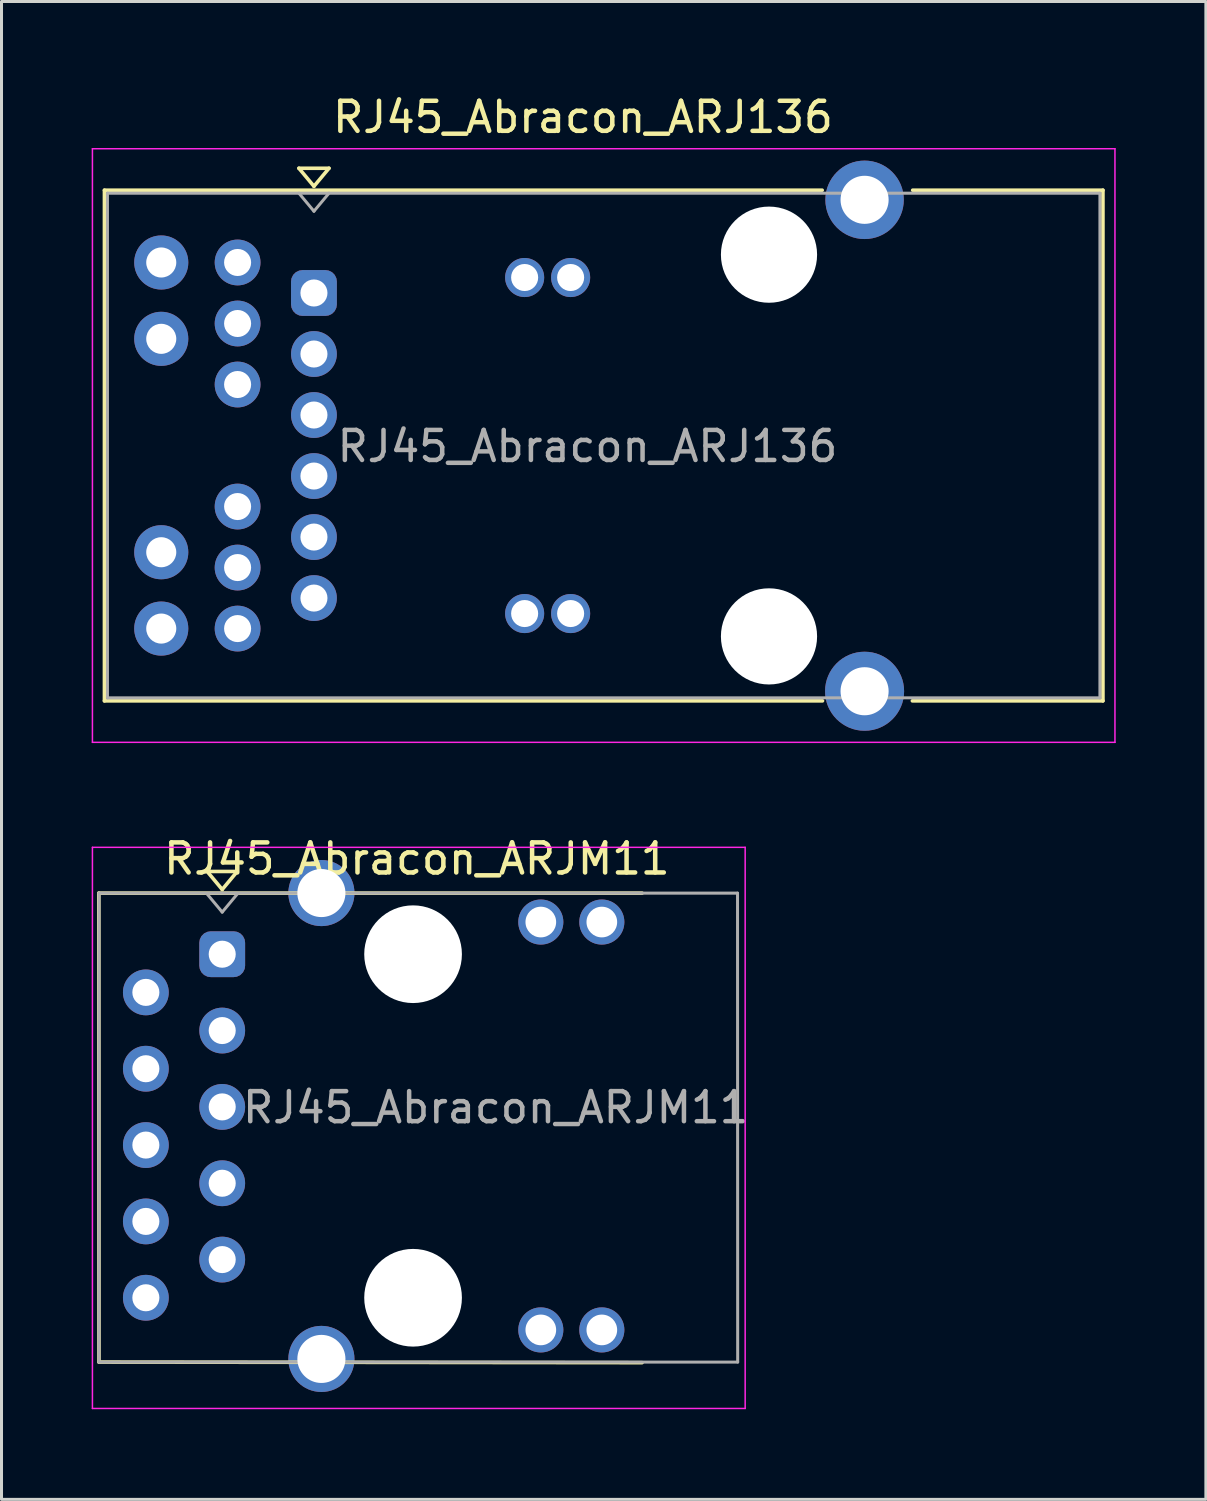
<source format=kicad_pcb>
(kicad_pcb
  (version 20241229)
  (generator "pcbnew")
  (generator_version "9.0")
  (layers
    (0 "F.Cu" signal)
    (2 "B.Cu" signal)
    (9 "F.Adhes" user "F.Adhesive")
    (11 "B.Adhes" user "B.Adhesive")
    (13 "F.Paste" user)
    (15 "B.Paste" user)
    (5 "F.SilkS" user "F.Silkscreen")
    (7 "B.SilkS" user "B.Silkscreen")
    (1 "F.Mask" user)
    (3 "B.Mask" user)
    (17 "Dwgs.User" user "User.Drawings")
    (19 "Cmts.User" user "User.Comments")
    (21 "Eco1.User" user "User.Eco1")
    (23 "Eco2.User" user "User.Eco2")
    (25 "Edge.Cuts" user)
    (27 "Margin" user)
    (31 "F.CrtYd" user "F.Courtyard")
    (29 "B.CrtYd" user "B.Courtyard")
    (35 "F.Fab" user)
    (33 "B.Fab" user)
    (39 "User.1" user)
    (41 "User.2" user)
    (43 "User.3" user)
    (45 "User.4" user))
  (footprint "RJ45_Abracon_ARJM11"
    (layer "F.Cu")
    (at 4.343 28.697)
    (property "Reference" "RJ45_Abracon_ARJM11" (at 6.477 -3.175 180) (layer "F.SilkS") (effects (font (size 1 1) (thickness 0.15))))
    (attr through_hole)
    (fp_line (start -4.105 -2.032) (end 13.97 -2.032) (stroke (width 0.12) (type solid)) (layer "F.SilkS"))
    (fp_line (start -4.1 13.57) (end -4.105 -2.032) (stroke (width 0.12) (type solid)) (layer "F.SilkS"))
    (fp_line (start -0.5 -2.753) (end 0 -2.153) (stroke (width 0.12) (type solid)) (layer "F.SilkS"))
    (fp_line (start -0.5 -2.753) (end 0.5 -2.753) (stroke (width 0.12) (type solid)) (layer "F.SilkS"))
    (fp_line (start 0.5 -2.753) (end 0 -2.153) (stroke (width 0.12) (type solid)) (layer "F.SilkS"))
    (fp_line (start 13.97 13.589) (end -4.1 13.57) (stroke (width 0.12) (type solid)) (layer "F.SilkS"))
    (fp_line (start -4.318 -3.556) (end 17.399 -3.556) (stroke (width 0.05) (type solid)) (layer "F.CrtYd"))
    (fp_line (start -4.318 15.113) (end -4.318 -3.556) (stroke (width 0.05) (type solid)) (layer "F.CrtYd"))
    (fp_line (start -4.318 15.113) (end 17.399 15.113) (stroke (width 0.05) (type solid)) (layer "F.CrtYd"))
    (fp_line (start 17.399 15.113) (end 17.399 -3.556) (stroke (width 0.05) (type solid)) (layer "F.CrtYd"))
    (fp_line (start -4.1 -2.032) (end 17.145 -2.032) (stroke (width 0.1) (type solid)) (layer "F.Fab"))
    (fp_line (start -4.1 13.57) (end -4.1 -2.032) (stroke (width 0.1) (type solid)) (layer "F.Fab"))
    (fp_line (start -4.1 13.57) (end 17.15 13.57) (stroke (width 0.1) (type solid)) (layer "F.Fab"))
    (fp_line (start -0.5 -2) (end 0 -1.4) (stroke (width 0.1) (type solid)) (layer "F.Fab"))
    (fp_line (start 0 -1.4) (end 0.5 -2) (stroke (width 0.1) (type solid)) (layer "F.Fab"))
    (fp_line (start 17.15 13.57) (end 17.145 -2.032) (stroke (width 0.1) (type solid)) (layer "F.Fab"))
    (fp_text user "${REFERENCE}" (at 9.1 5.1 180) (layer "F.Fab") (effects (font (size 1 1) (thickness 0.15))))
    (pad "" np_thru_hole circle (at 6.35 0 180) (size 3.25 3.25) (drill 3.25) (layers "*.Cu" "*.Mask"))
    (pad "" np_thru_hole circle (at 6.35 11.43 180) (size 3.25 3.25) (drill 3.25) (layers "*.Cu" "*.Mask"))
    (pad "1" thru_hole roundrect (at 0 0 180) (size 1.524 1.524) (drill 0.9) (layers "*.Cu" "*.Mask") (roundrect_rratio 0.25))
    (pad "2" thru_hole circle (at -2.54 1.27 180) (size 1.524 1.524) (drill 0.9) (layers "*.Cu" "*.Mask"))
    (pad "3" thru_hole circle (at 0 2.54 180) (size 1.524 1.524) (drill 0.9) (layers "*.Cu" "*.Mask"))
    (pad "4" thru_hole circle (at -2.54 3.81 180) (size 1.524 1.524) (drill 0.9) (layers "*.Cu" "*.Mask"))
    (pad "5" thru_hole circle (at 0 5.08 180) (size 1.524 1.524) (drill 0.9) (layers "*.Cu" "*.Mask"))
    (pad "6" thru_hole circle (at -2.54 6.35 180) (size 1.524 1.524) (drill 0.9) (layers "*.Cu" "*.Mask"))
    (pad "7" thru_hole circle (at 0 7.62 180) (size 1.524 1.524) (drill 0.9) (layers "*.Cu" "*.Mask"))
    (pad "8" thru_hole circle (at -2.54 8.89 180) (size 1.524 1.524) (drill 0.9) (layers "*.Cu" "*.Mask"))
    (pad "9" thru_hole circle (at 0 10.16 180) (size 1.524 1.524) (drill 0.9) (layers "*.Cu" "*.Mask"))
    (pad "10" thru_hole circle (at -2.54 11.43 180) (size 1.524 1.524) (drill 0.9) (layers "*.Cu" "*.Mask"))
    (pad "11" thru_hole circle (at 10.6 12.5 180) (size 1.5 1.5) (drill 1.02) (layers "*.Cu" "*.Mask"))
    (pad "12" thru_hole circle (at 12.63 12.5 180) (size 1.5 1.5) (drill 1.02) (layers "*.Cu" "*.Mask"))
    (pad "13" thru_hole circle (at 10.6 -1.07 180) (size 1.5 1.5) (drill 1.02) (layers "*.Cu" "*.Mask"))
    (pad "14" thru_hole circle (at 12.63 -1.07 180) (size 1.5 1.5) (drill 1.02) (layers "*.Cu" "*.Mask"))
    (pad "SH" thru_hole circle (at 3.3 -2.035 180) (size 2.2 2.2) (drill 1.6) (layers "*.Cu" "*.Mask"))
    (pad "SH" thru_hole circle (at 3.3 13.465 180) (size 2.2 2.2) (drill 1.6) (layers "*.Cu" "*.Mask")))
  (footprint "RJ45_Abracon_ARJ136"
    (layer "F.Cu")
    (at 7.395 6.698)
    (property "Reference" "RJ45_Abracon_ARJ136" (at 8.95 -5.85 180) (layer "F.SilkS") (effects (font (size 1 1) (thickness 0.15))))
    (attr through_hole)
    (fp_line (start -6.97 -3.42) (end 16.91 -3.42) (stroke (width 0.12) (type solid)) (layer "F.SilkS"))
    (fp_line (start -6.97 13.57) (end -6.97 -3.42) (stroke (width 0.12) (type solid)) (layer "F.SilkS"))
    (fp_line (start -0.5 -4.15) (end 0 -3.55) (stroke (width 0.12) (type solid)) (layer "F.SilkS"))
    (fp_line (start -0.5 -4.15) (end 0.5 -4.15) (stroke (width 0.12) (type solid)) (layer "F.SilkS"))
    (fp_line (start 0.5 -4.15) (end 0 -3.55) (stroke (width 0.12) (type solid)) (layer "F.SilkS"))
    (fp_line (start 16.92 13.57) (end -6.97 13.57) (stroke (width 0.12) (type solid)) (layer "F.SilkS"))
    (fp_line (start 26.25 -3.42) (end 19.92 -3.42) (stroke (width 0.12) (type solid)) (layer "F.SilkS"))
    (fp_line (start 26.25 13.57) (end 19.91 13.57) (stroke (width 0.12) (type solid)) (layer "F.SilkS"))
    (fp_line (start 26.25 13.57) (end 26.25 -3.42) (stroke (width 0.12) (type solid)) (layer "F.SilkS"))
    (fp_line (start -7.37 -4.8) (end 26.65 -4.8) (stroke (width 0.05) (type solid)) (layer "F.CrtYd"))
    (fp_line (start -7.37 14.95) (end -7.37 -4.8) (stroke (width 0.05) (type solid)) (layer "F.CrtYd"))
    (fp_line (start -7.37 14.95) (end 26.65 14.95) (stroke (width 0.05) (type solid)) (layer "F.CrtYd"))
    (fp_line (start 26.65 14.95) (end 26.65 -4.8) (stroke (width 0.05) (type solid)) (layer "F.CrtYd"))
    (fp_line (start -6.87 -3.32) (end -6.87 13.47) (stroke (width 0.1) (type solid)) (layer "F.Fab"))
    (fp_line (start -6.87 -3.32) (end 26.15 -3.32) (stroke (width 0.1) (type solid)) (layer "F.Fab"))
    (fp_line (start -6.87 13.47) (end 26.15 13.47) (stroke (width 0.1) (type solid)) (layer "F.Fab"))
    (fp_line (start -0.5 -3.32) (end 0 -2.72) (stroke (width 0.1) (type solid)) (layer "F.Fab"))
    (fp_line (start 0 -2.72) (end 0.5 -3.32) (stroke (width 0.1) (type solid)) (layer "F.Fab"))
    (fp_line (start 26.15 13.47) (end 26.15 -3.32) (stroke (width 0.1) (type solid)) (layer "F.Fab"))
    (fp_text user "${REFERENCE}" (at 9.1 5.1 180) (layer "F.Fab") (effects (font (size 1 1) (thickness 0.15))))
    (pad "" np_thru_hole circle (at 15.14 -1.275 180) (size 3.2 3.2) (drill 3.2) (layers "*.Cu" "*.Mask"))
    (pad "" np_thru_hole circle (at 15.14 11.425 180) (size 3.2 3.2) (drill 3.2) (layers "*.Cu" "*.Mask"))
    (pad "1" thru_hole roundrect (at 0 0 180) (size 1.524 1.524) (drill 0.9) (layers "*.Cu" "*.Mask") (roundrect_rratio 0.25))
    (pad "2" thru_hole circle (at 0 2.03 180) (size 1.524 1.524) (drill 0.9) (layers "*.Cu" "*.Mask"))
    (pad "3" thru_hole circle (at 0 4.06 180) (size 1.524 1.524) (drill 0.9) (layers "*.Cu" "*.Mask"))
    (pad "4" thru_hole circle (at 0 6.09 180) (size 1.524 1.524) (drill 0.9) (layers "*.Cu" "*.Mask"))
    (pad "5" thru_hole circle (at 0 8.12 180) (size 1.524 1.524) (drill 0.9) (layers "*.Cu" "*.Mask"))
    (pad "6" thru_hole circle (at 0 10.15 180) (size 1.524 1.524) (drill 0.9) (layers "*.Cu" "*.Mask"))
    (pad "7" thru_hole circle (at -2.54 -1.015 180) (size 1.524 1.524) (drill 0.9) (layers "*.Cu" "*.Mask"))
    (pad "8" thru_hole circle (at -2.54 1.015 180) (size 1.524 1.524) (drill 0.9) (layers "*.Cu" "*.Mask"))
    (pad "9" thru_hole circle (at -2.54 3.045 180) (size 1.524 1.524) (drill 0.9) (layers "*.Cu" "*.Mask"))
    (pad "10" thru_hole circle (at -2.54 9.135 180) (size 1.524 1.524) (drill 0.9) (layers "*.Cu" "*.Mask"))
    (pad "11" thru_hole circle (at -2.54 7.105 180) (size 1.524 1.524) (drill 0.9) (layers "*.Cu" "*.Mask"))
    (pad "12" thru_hole circle (at -2.54 11.165 180) (size 1.524 1.524) (drill 0.9) (layers "*.Cu" "*.Mask"))
    (pad "13" thru_hole circle (at 7.01 -0.515 180) (size 1.3 1.3) (drill 0.9) (layers "*.Cu" "*.Mask"))
    (pad "14" thru_hole circle (at 7.01 10.665 180) (size 1.3 1.3) (drill 0.9) (layers "*.Cu" "*.Mask"))
    (pad "15" thru_hole circle (at 8.54 -0.515 180) (size 1.3 1.3) (drill 0.9) (layers "*.Cu" "*.Mask"))
    (pad "16" thru_hole circle (at 8.54 10.665 180) (size 1.3 1.3) (drill 0.9) (layers "*.Cu" "*.Mask"))
    (pad "17" thru_hole circle (at -5.08 -1.015 180) (size 1.8 1.8) (drill 1) (layers "*.Cu" "*.Mask"))
    (pad "18" thru_hole circle (at -5.08 1.525 180) (size 1.8 1.8) (drill 1) (layers "*.Cu" "*.Mask"))
    (pad "19" thru_hole circle (at -5.08 8.625 180) (size 1.8 1.8) (drill 1) (layers "*.Cu" "*.Mask"))
    (pad "20" thru_hole circle (at -5.08 11.165 180) (size 1.8 1.8) (drill 1) (layers "*.Cu" "*.Mask"))
    (pad "SH" thru_hole circle (at 18.32 -3.1 180) (size 2.61 2.61) (drill 1.6) (layers "*.Cu" "*.Mask"))
    (pad "SH" thru_hole circle (at 18.32 13.25 180) (size 2.63 2.63) (drill 1.6) (layers "*.Cu" "*.Mask")))
  (gr_rect
    (start -3 -3)
    (end 37.07 46.834)
    (stroke (width 0.1) (type default))
    (fill no)
    (layer "Edge.Cuts")))
</source>
